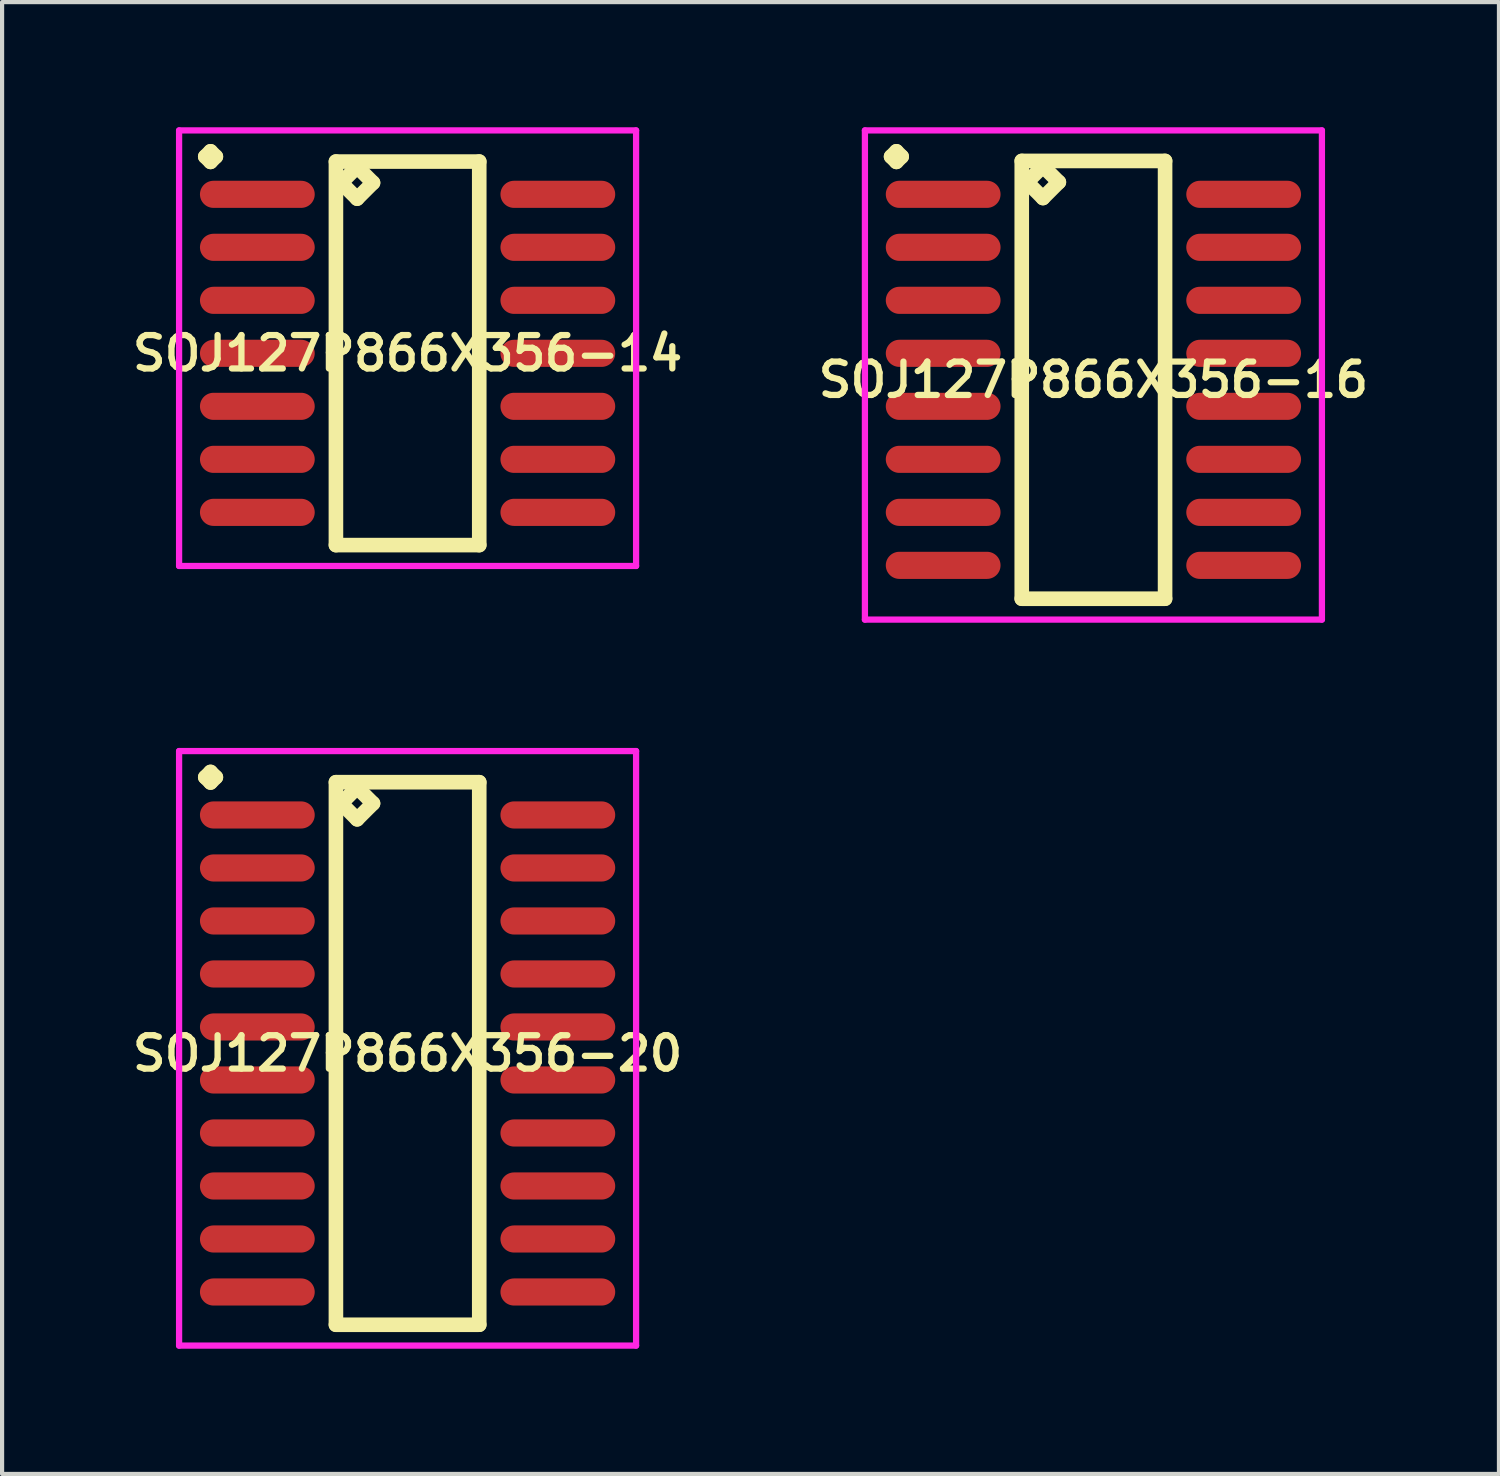
<source format=kicad_pcb>
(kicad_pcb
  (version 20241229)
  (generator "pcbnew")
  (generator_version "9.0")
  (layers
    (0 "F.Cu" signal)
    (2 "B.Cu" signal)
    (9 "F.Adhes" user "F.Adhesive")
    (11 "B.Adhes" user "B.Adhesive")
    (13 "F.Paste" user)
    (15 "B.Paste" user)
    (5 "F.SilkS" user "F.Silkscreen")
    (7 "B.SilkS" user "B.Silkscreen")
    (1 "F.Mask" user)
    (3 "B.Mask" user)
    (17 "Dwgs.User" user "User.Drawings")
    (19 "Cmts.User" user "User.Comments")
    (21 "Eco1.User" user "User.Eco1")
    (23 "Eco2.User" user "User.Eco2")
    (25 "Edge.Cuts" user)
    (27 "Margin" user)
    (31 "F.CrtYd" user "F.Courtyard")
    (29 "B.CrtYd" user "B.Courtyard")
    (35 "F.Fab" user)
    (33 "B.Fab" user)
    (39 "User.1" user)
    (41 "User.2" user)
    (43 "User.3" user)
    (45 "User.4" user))
  (footprint "SOJ127P866X356-14"
    (layer "F.Cu")
    (at 6.716 5.416)
    (property "Reference" "SOJ127P866X356-14" (at 0 0 0) (layer "F.SilkS") (effects (font (size 0.8 0.8) (thickness 0.15))))
    (attr through_hole)
    (fp_line (start -4.848 -4.714) (end -4.721 -4.841) (stroke (width 0.35) (type solid)) (layer "F.SilkS"))
    (fp_line (start -4.721 -4.841) (end -4.594 -4.714) (stroke (width 0.35) (type solid)) (layer "F.SilkS"))
    (fp_line (start -4.721 -4.587) (end -4.848 -4.714) (stroke (width 0.35) (type solid)) (layer "F.SilkS"))
    (fp_line (start -4.594 -4.714) (end -4.721 -4.587) (stroke (width 0.35) (type solid)) (layer "F.SilkS"))
    (fp_line (start -1.717 -4.595) (end -1.717 4.595) (stroke (width 0.35) (type solid)) (layer "F.SilkS"))
    (fp_line (start -1.717 4.595) (end 1.717 4.595) (stroke (width 0.35) (type solid)) (layer "F.SilkS"))
    (fp_line (start -1.59 -4.087) (end -1.209 -4.468) (stroke (width 0.35) (type solid)) (layer "F.SilkS"))
    (fp_line (start -1.209 -4.468) (end -0.828 -4.087) (stroke (width 0.35) (type solid)) (layer "F.SilkS"))
    (fp_line (start -1.209 -3.706) (end -1.59 -4.087) (stroke (width 0.35) (type solid)) (layer "F.SilkS"))
    (fp_line (start -0.828 -4.087) (end -1.209 -3.706) (stroke (width 0.35) (type solid)) (layer "F.SilkS"))
    (fp_line (start 1.717 -4.595) (end -1.717 -4.595) (stroke (width 0.35) (type solid)) (layer "F.SilkS"))
    (fp_line (start 1.717 4.595) (end 1.717 -4.595) (stroke (width 0.35) (type solid)) (layer "F.SilkS"))
    (fp_line (start -5.475 -5.341) (end 5.475 -5.341) (stroke (width 0.15) (type solid)) (layer "F.CrtYd"))
    (fp_line (start -5.475 5.095) (end -5.475 -5.341) (stroke (width 0.15) (type solid)) (layer "F.CrtYd"))
    (fp_line (start 5.475 -5.341) (end 5.475 5.095) (stroke (width 0.15) (type solid)) (layer "F.CrtYd"))
    (fp_line (start 5.475 5.095) (end -5.475 5.095) (stroke (width 0.15) (type solid)) (layer "F.CrtYd"))
    (pad "1" smd oval (at -3.6 -3.81) (size 2.75 0.65) (layers "F.Cu" "F.Mask" "F.Paste"))
    (pad "2" smd oval (at -3.6 -2.54) (size 2.75 0.65) (layers "F.Cu" "F.Mask" "F.Paste"))
    (pad "3" smd oval (at -3.6 -1.27) (size 2.75 0.65) (layers "F.Cu" "F.Mask" "F.Paste"))
    (pad "4" smd oval (at -3.6 0) (size 2.75 0.65) (layers "F.Cu" "F.Mask" "F.Paste"))
    (pad "5" smd oval (at -3.6 1.27) (size 2.75 0.65) (layers "F.Cu" "F.Mask" "F.Paste"))
    (pad "6" smd oval (at -3.6 2.54) (size 2.75 0.65) (layers "F.Cu" "F.Mask" "F.Paste"))
    (pad "7" smd oval (at -3.6 3.81) (size 2.75 0.65) (layers "F.Cu" "F.Mask" "F.Paste"))
    (pad "8" smd oval (at 3.6 3.81) (size 2.75 0.65) (layers "F.Cu" "F.Mask" "F.Paste"))
    (pad "9" smd oval (at 3.6 2.54) (size 2.75 0.65) (layers "F.Cu" "F.Mask" "F.Paste"))
    (pad "10" smd oval (at 3.6 1.27) (size 2.75 0.65) (layers "F.Cu" "F.Mask" "F.Paste"))
    (pad "11" smd oval (at 3.6 0) (size 2.75 0.65) (layers "F.Cu" "F.Mask" "F.Paste"))
    (pad "12" smd oval (at 3.6 -1.27) (size 2.75 0.65) (layers "F.Cu" "F.Mask" "F.Paste"))
    (pad "13" smd oval (at 3.6 -2.54) (size 2.75 0.65) (layers "F.Cu" "F.Mask" "F.Paste"))
    (pad "14" smd oval (at 3.6 -3.81) (size 2.75 0.65) (layers "F.Cu" "F.Mask" "F.Paste")))
  (footprint "SOJ127P866X356-20"
    (layer "F.Cu")
    (at 6.716 22.192)
    (property "Reference" "SOJ127P866X356-20" (at 0 0 0) (layer "F.SilkS") (effects (font (size 0.8 0.8) (thickness 0.15))))
    (attr smd)
    (fp_line (start -4.848 -6.619) (end -4.721 -6.746) (stroke (width 0.35) (type solid)) (layer "F.SilkS"))
    (fp_line (start -4.721 -6.746) (end -4.594 -6.619) (stroke (width 0.35) (type solid)) (layer "F.SilkS"))
    (fp_line (start -4.721 -6.492) (end -4.848 -6.619) (stroke (width 0.35) (type solid)) (layer "F.SilkS"))
    (fp_line (start -4.594 -6.619) (end -4.721 -6.492) (stroke (width 0.35) (type solid)) (layer "F.SilkS"))
    (fp_line (start -1.717 -6.5) (end -1.717 6.5) (stroke (width 0.35) (type solid)) (layer "F.SilkS"))
    (fp_line (start -1.717 6.5) (end 1.717 6.5) (stroke (width 0.35) (type solid)) (layer "F.SilkS"))
    (fp_line (start -1.59 -5.992) (end -1.209 -6.373) (stroke (width 0.35) (type solid)) (layer "F.SilkS"))
    (fp_line (start -1.209 -6.373) (end -0.828 -5.992) (stroke (width 0.35) (type solid)) (layer "F.SilkS"))
    (fp_line (start -1.209 -5.611) (end -1.59 -5.992) (stroke (width 0.35) (type solid)) (layer "F.SilkS"))
    (fp_line (start -0.828 -5.992) (end -1.209 -5.611) (stroke (width 0.35) (type solid)) (layer "F.SilkS"))
    (fp_line (start 1.717 -6.5) (end -1.717 -6.5) (stroke (width 0.35) (type solid)) (layer "F.SilkS"))
    (fp_line (start 1.717 6.5) (end 1.717 -6.5) (stroke (width 0.35) (type solid)) (layer "F.SilkS"))
    (fp_line (start -5.475 -7.246) (end 5.475 -7.246) (stroke (width 0.15) (type solid)) (layer "F.CrtYd"))
    (fp_line (start -5.475 7) (end -5.475 -7.246) (stroke (width 0.15) (type solid)) (layer "F.CrtYd"))
    (fp_line (start 5.475 -7.246) (end 5.475 7) (stroke (width 0.15) (type solid)) (layer "F.CrtYd"))
    (fp_line (start 5.475 7) (end -5.475 7) (stroke (width 0.15) (type solid)) (layer "F.CrtYd"))
    (pad "1" smd oval (at -3.6 -5.715) (size 2.75 0.65) (layers "F.Cu" "F.Mask" "F.Paste"))
    (pad "2" smd oval (at -3.6 -4.445) (size 2.75 0.65) (layers "F.Cu" "F.Mask" "F.Paste"))
    (pad "3" smd oval (at -3.6 -3.175) (size 2.75 0.65) (layers "F.Cu" "F.Mask" "F.Paste"))
    (pad "4" smd oval (at -3.6 -1.905) (size 2.75 0.65) (layers "F.Cu" "F.Mask" "F.Paste"))
    (pad "5" smd oval (at -3.6 -0.635) (size 2.75 0.65) (layers "F.Cu" "F.Mask" "F.Paste"))
    (pad "6" smd oval (at -3.6 0.635) (size 2.75 0.65) (layers "F.Cu" "F.Mask" "F.Paste"))
    (pad "7" smd oval (at -3.6 1.905) (size 2.75 0.65) (layers "F.Cu" "F.Mask" "F.Paste"))
    (pad "8" smd oval (at -3.6 3.175) (size 2.75 0.65) (layers "F.Cu" "F.Mask" "F.Paste"))
    (pad "9" smd oval (at -3.6 4.445) (size 2.75 0.65) (layers "F.Cu" "F.Mask" "F.Paste"))
    (pad "10" smd oval (at -3.6 5.715) (size 2.75 0.65) (layers "F.Cu" "F.Mask" "F.Paste"))
    (pad "11" smd oval (at 3.6 5.715) (size 2.75 0.65) (layers "F.Cu" "F.Mask" "F.Paste"))
    (pad "12" smd oval (at 3.6 4.445) (size 2.75 0.65) (layers "F.Cu" "F.Mask" "F.Paste"))
    (pad "13" smd oval (at 3.6 3.175) (size 2.75 0.65) (layers "F.Cu" "F.Mask" "F.Paste"))
    (pad "14" smd oval (at 3.6 1.905) (size 2.75 0.65) (layers "F.Cu" "F.Mask" "F.Paste"))
    (pad "15" smd oval (at 3.6 0.635) (size 2.75 0.65) (layers "F.Cu" "F.Mask" "F.Paste"))
    (pad "16" smd oval (at 3.6 -0.635) (size 2.75 0.65) (layers "F.Cu" "F.Mask" "F.Paste"))
    (pad "17" smd oval (at 3.6 -1.905) (size 2.75 0.65) (layers "F.Cu" "F.Mask" "F.Paste"))
    (pad "18" smd oval (at 3.6 -3.175) (size 2.75 0.65) (layers "F.Cu" "F.Mask" "F.Paste"))
    (pad "19" smd oval (at 3.6 -4.445) (size 2.75 0.65) (layers "F.Cu" "F.Mask" "F.Paste"))
    (pad "20" smd oval (at 3.6 -5.715) (size 2.75 0.65) (layers "F.Cu" "F.Mask" "F.Paste")))
  (footprint "SOJ127P866X356-16"
    (layer "F.Cu")
    (at 23.149 6.051)
    (property "Reference" "SOJ127P866X356-16" (at 0 0 0) (layer "F.SilkS") (effects (font (size 0.8 0.8) (thickness 0.15))))
    (attr smd)
    (fp_line (start -4.848 -5.349) (end -4.721 -5.476) (stroke (width 0.35) (type solid)) (layer "F.SilkS"))
    (fp_line (start -4.721 -5.476) (end -4.594 -5.349) (stroke (width 0.35) (type solid)) (layer "F.SilkS"))
    (fp_line (start -4.721 -5.222) (end -4.848 -5.349) (stroke (width 0.35) (type solid)) (layer "F.SilkS"))
    (fp_line (start -4.594 -5.349) (end -4.721 -5.222) (stroke (width 0.35) (type solid)) (layer "F.SilkS"))
    (fp_line (start -1.717 -5.245) (end -1.717 5.245) (stroke (width 0.35) (type solid)) (layer "F.SilkS"))
    (fp_line (start -1.717 5.245) (end 1.717 5.245) (stroke (width 0.35) (type solid)) (layer "F.SilkS"))
    (fp_line (start -1.59 -4.737) (end -1.209 -5.118) (stroke (width 0.35) (type solid)) (layer "F.SilkS"))
    (fp_line (start -1.209 -5.118) (end -0.828 -4.737) (stroke (width 0.35) (type solid)) (layer "F.SilkS"))
    (fp_line (start -1.209 -4.356) (end -1.59 -4.737) (stroke (width 0.35) (type solid)) (layer "F.SilkS"))
    (fp_line (start -0.828 -4.737) (end -1.209 -4.356) (stroke (width 0.35) (type solid)) (layer "F.SilkS"))
    (fp_line (start 1.717 -5.245) (end -1.717 -5.245) (stroke (width 0.35) (type solid)) (layer "F.SilkS"))
    (fp_line (start 1.717 5.245) (end 1.717 -5.245) (stroke (width 0.35) (type solid)) (layer "F.SilkS"))
    (fp_line (start -5.475 -5.976) (end 5.475 -5.976) (stroke (width 0.15) (type solid)) (layer "F.CrtYd"))
    (fp_line (start -5.475 5.745) (end -5.475 -5.976) (stroke (width 0.15) (type solid)) (layer "F.CrtYd"))
    (fp_line (start 5.475 -5.976) (end 5.475 5.745) (stroke (width 0.15) (type solid)) (layer "F.CrtYd"))
    (fp_line (start 5.475 5.745) (end -5.475 5.745) (stroke (width 0.15) (type solid)) (layer "F.CrtYd"))
    (pad "1" smd oval (at -3.6 -4.445) (size 2.75 0.65) (layers "F.Cu" "F.Mask" "F.Paste"))
    (pad "2" smd oval (at -3.6 -3.175) (size 2.75 0.65) (layers "F.Cu" "F.Mask" "F.Paste"))
    (pad "3" smd oval (at -3.6 -1.905) (size 2.75 0.65) (layers "F.Cu" "F.Mask" "F.Paste"))
    (pad "4" smd oval (at -3.6 -0.635) (size 2.75 0.65) (layers "F.Cu" "F.Mask" "F.Paste"))
    (pad "5" smd oval (at -3.6 0.635) (size 2.75 0.65) (layers "F.Cu" "F.Mask" "F.Paste"))
    (pad "6" smd oval (at -3.6 1.905) (size 2.75 0.65) (layers "F.Cu" "F.Mask" "F.Paste"))
    (pad "7" smd oval (at -3.6 3.175) (size 2.75 0.65) (layers "F.Cu" "F.Mask" "F.Paste"))
    (pad "8" smd oval (at -3.6 4.445) (size 2.75 0.65) (layers "F.Cu" "F.Mask" "F.Paste"))
    (pad "9" smd oval (at 3.6 4.445) (size 2.75 0.65) (layers "F.Cu" "F.Mask" "F.Paste"))
    (pad "10" smd oval (at 3.6 3.175) (size 2.75 0.65) (layers "F.Cu" "F.Mask" "F.Paste"))
    (pad "11" smd oval (at 3.6 1.905) (size 2.75 0.65) (layers "F.Cu" "F.Mask" "F.Paste"))
    (pad "12" smd oval (at 3.6 0.635) (size 2.75 0.65) (layers "F.Cu" "F.Mask" "F.Paste"))
    (pad "13" smd oval (at 3.6 -0.635) (size 2.75 0.65) (layers "F.Cu" "F.Mask" "F.Paste"))
    (pad "14" smd oval (at 3.6 -1.905) (size 2.75 0.65) (layers "F.Cu" "F.Mask" "F.Paste"))
    (pad "15" smd oval (at 3.6 -3.175) (size 2.75 0.65) (layers "F.Cu" "F.Mask" "F.Paste"))
    (pad "16" smd oval (at 3.6 -4.445) (size 2.75 0.65) (layers "F.Cu" "F.Mask" "F.Paste")))
  (gr_rect
    (start -3 -3)
    (end 32.866 32.267)
    (stroke (width 0.1) (type default))
    (fill no)
    (layer "Edge.Cuts")))
</source>
